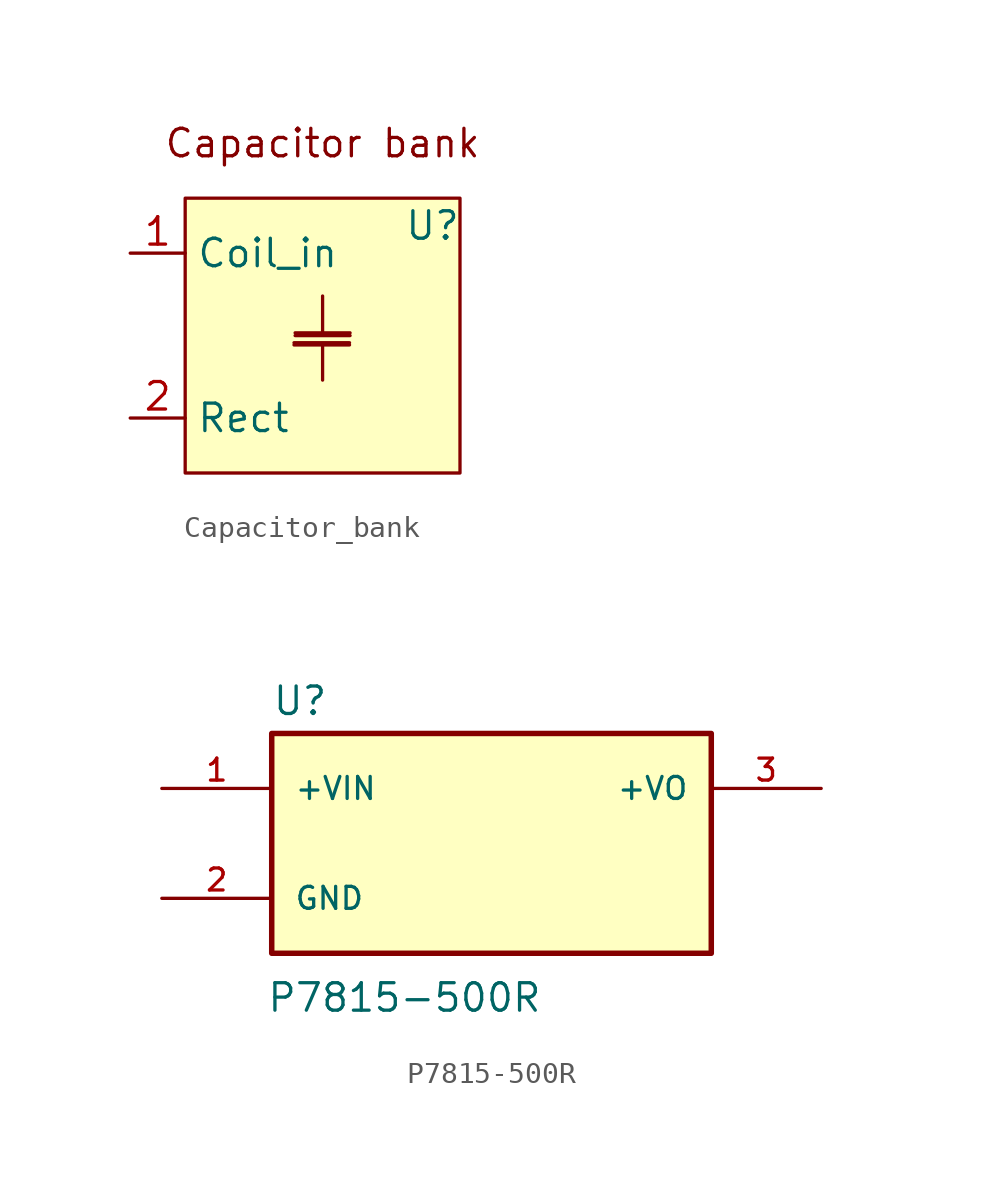
<source format=kicad_sym>
(kicad_symbol_lib
  (version 20220914)
  (generator kicad_symbol_editor)
  (symbol "Capacitor_bank"
    (property "Reference" "U"
      (at 5.08 5.08 0)
      (effects (font (size 1.27 1.27))))
    (property "Value" ""
      (at 0 0 0)
      (effects (font (size 1.27 1.27))))
    (symbol "Capacitor_bank_0_1"
      (polyline (pts (xy -1.321 -0.432) (xy 1.245 -0.432)) (stroke (width 0) (type default)) (fill (type none)))
      (polyline (pts (xy -1.321 -0.33) (xy 1.245 -0.33)) (stroke (width 0) (type default)) (fill (type none)))
      (polyline (pts (xy 0 -0.483) (xy 0 -2.057)) (stroke (width 0) (type default)) (fill (type none)))
      (polyline (pts (xy -1.27 0.127) (xy 1.27 0.127) (xy 1.194 0.076)) (stroke (width 0) (type default)) (fill (type none)))
      (polyline (pts (xy 0 1.829) (xy 0 0) (xy -1.27 0) (xy 1.27 0)) (stroke (width 0) (type default)) (fill (type none))))
    (symbol "Capacitor_bank_1_1"
      (rectangle (start -6.35 6.35) (end 6.35 -6.35) (stroke (width 0) (type default)) (fill (type background)))
      (text "Capacitor bank" (at 0 8.89 0) (effects (font (size 1.27 1.27))))
      (pin input line (at -8.89 3.81 0) (length 2.54) (name "Coil_in" (effects (font (size 1.27 1.27)))) (number "1" (effects (font (size 1.27 1.27)))))
      (pin input line (at -8.89 -3.81 0) (length 2.54) (name "Rect" (effects (font (size 1.27 1.27)))) (number "2" (effects (font (size 1.27 1.27)))))))
  (symbol "P7815-500R"
    (pin_names
      (offset 1.016))
    (property "Reference" "U"
      (at -10.16 5.842 0)
      (effects (font (size 1.27 1.27)) (justify left bottom)))
    (property "Value" "P7815-500R"
      (at -10.414 -7.874 0)
      (effects (font (size 1.27 1.27)) (justify left bottom)))
    (symbol "P7815-500R_0_0"
      (rectangle (start -10.16 -5.08) (end 10.16 5.08) (stroke (width 0.254) (type default)) (fill (type background)))
      (pin input line (at -15.24 2.54 0) (length 5.08) (name "+VIN" (effects (font (size 1.016 1.016)))) (number "1" (effects (font (size 1.016 1.016)))))
      (pin power_in line (at -15.24 -2.54 0) (length 5.08) (name "GND" (effects (font (size 1.016 1.016)))) (number "2" (effects (font (size 1.016 1.016)))))
      (pin output line (at 15.24 2.54 180) (length 5.08) (name "+VO" (effects (font (size 1.016 1.016)))) (number "3" (effects (font (size 1.016 1.016))))))))
</source>
